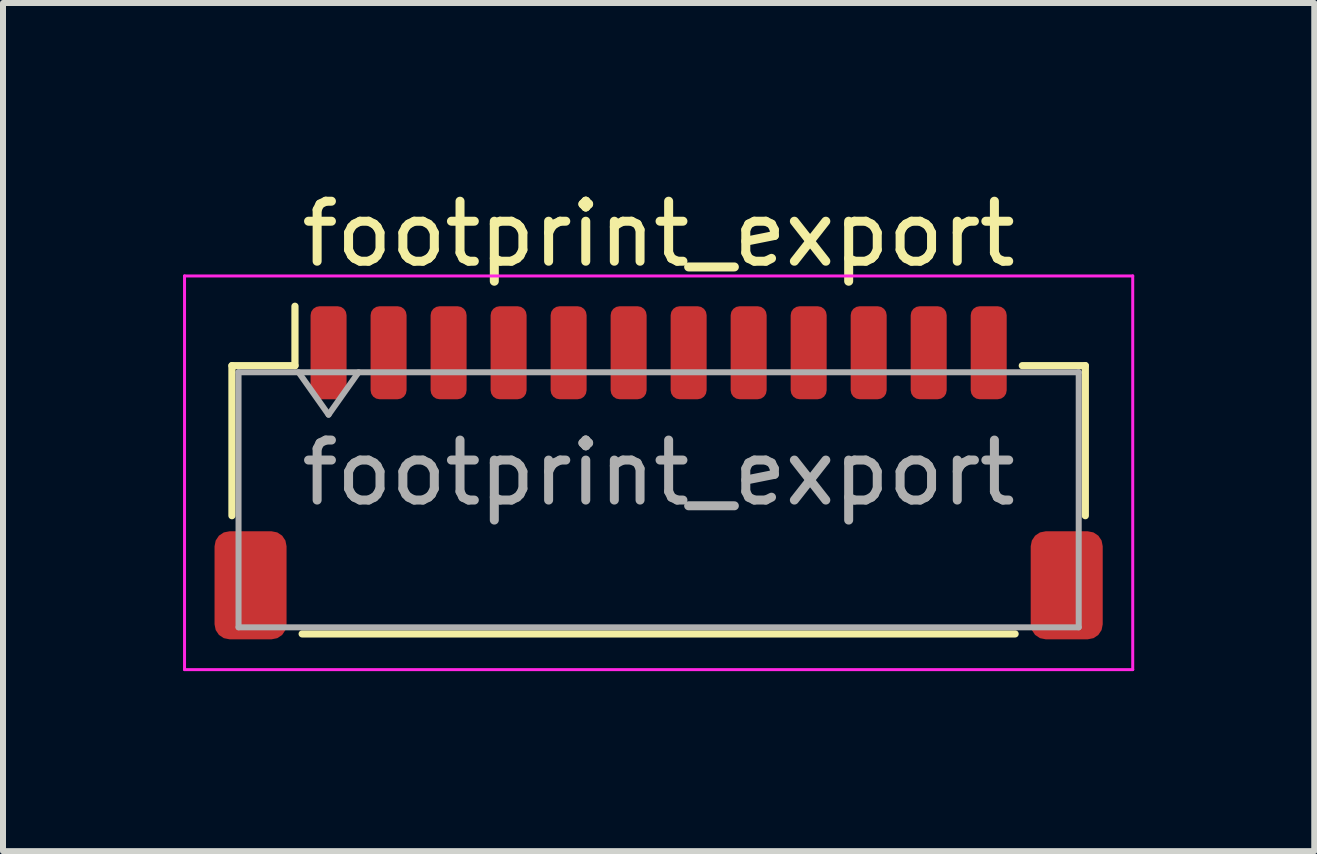
<source format=kicad_pcb>
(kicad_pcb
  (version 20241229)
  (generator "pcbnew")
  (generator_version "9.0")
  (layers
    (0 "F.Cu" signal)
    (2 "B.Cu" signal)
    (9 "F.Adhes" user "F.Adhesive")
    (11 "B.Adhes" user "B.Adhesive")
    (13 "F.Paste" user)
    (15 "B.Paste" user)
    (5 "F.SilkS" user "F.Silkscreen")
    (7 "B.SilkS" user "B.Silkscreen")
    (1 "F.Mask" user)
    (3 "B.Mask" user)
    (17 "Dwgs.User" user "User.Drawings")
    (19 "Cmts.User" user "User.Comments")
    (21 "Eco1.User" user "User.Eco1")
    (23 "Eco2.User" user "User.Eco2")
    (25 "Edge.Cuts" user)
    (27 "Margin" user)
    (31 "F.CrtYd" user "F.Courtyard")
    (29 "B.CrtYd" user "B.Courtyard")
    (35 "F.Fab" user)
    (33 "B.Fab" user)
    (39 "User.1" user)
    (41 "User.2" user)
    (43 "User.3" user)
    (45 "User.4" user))
  (footprint "footprint_export"
    (layer "F.Cu")
    (at 7.925 4.828)
    (property "Reference" "footprint_export" (at 0 -3.98 0) (layer "F.SilkS") (effects (font (size 1 1) (thickness 0.15))))
    (attr smd)
    (fp_line (start -7.11 -1.785) (end -6.06 -1.785) (stroke (width 0.12) (type solid)) (layer "F.SilkS"))
    (fp_line (start -7.11 0.715) (end -7.11 -1.785) (stroke (width 0.12) (type solid)) (layer "F.SilkS"))
    (fp_line (start -6.06 -1.785) (end -6.06 -2.775) (stroke (width 0.12) (type solid)) (layer "F.SilkS"))
    (fp_line (start -5.94 2.685) (end 5.94 2.685) (stroke (width 0.12) (type solid)) (layer "F.SilkS"))
    (fp_line (start 7.11 -1.785) (end 6.06 -1.785) (stroke (width 0.12) (type solid)) (layer "F.SilkS"))
    (fp_line (start 7.11 0.715) (end 7.11 -1.785) (stroke (width 0.12) (type solid)) (layer "F.SilkS"))
    (fp_line (start -7.9 -3.28) (end -7.9 3.28) (stroke (width 0.05) (type solid)) (layer "F.CrtYd"))
    (fp_line (start -7.9 3.28) (end 7.9 3.28) (stroke (width 0.05) (type solid)) (layer "F.CrtYd"))
    (fp_line (start 7.9 -3.28) (end -7.9 -3.28) (stroke (width 0.05) (type solid)) (layer "F.CrtYd"))
    (fp_line (start 7.9 3.28) (end 7.9 -3.28) (stroke (width 0.05) (type solid)) (layer "F.CrtYd"))
    (fp_line (start -7 -1.675) (end -7 2.575) (stroke (width 0.1) (type solid)) (layer "F.Fab"))
    (fp_line (start -7 -1.675) (end 7 -1.675) (stroke (width 0.1) (type solid)) (layer "F.Fab"))
    (fp_line (start -7 2.575) (end 7 2.575) (stroke (width 0.1) (type solid)) (layer "F.Fab"))
    (fp_line (start -6 -1.675) (end -5.5 -0.968) (stroke (width 0.1) (type solid)) (layer "F.Fab"))
    (fp_line (start -5.5 -0.968) (end -5 -1.675) (stroke (width 0.1) (type solid)) (layer "F.Fab"))
    (fp_line (start 7 -1.675) (end 7 2.575) (stroke (width 0.1) (type solid)) (layer "F.Fab"))
    (fp_text user "${REFERENCE}" (at 0 0 0) (layer "F.Fab") (effects (font (size 1 1) (thickness 0.15))))
    (pad "1" smd roundrect (at -5.5 -2) (size 0.6 1.55) (layers "F.Cu" "F.Mask" "F.Paste") (roundrect_rratio 0.25))
    (pad "2" smd roundrect (at -4.5 -2) (size 0.6 1.55) (layers "F.Cu" "F.Mask" "F.Paste") (roundrect_rratio 0.25))
    (pad "3" smd roundrect (at -3.5 -2) (size 0.6 1.55) (layers "F.Cu" "F.Mask" "F.Paste") (roundrect_rratio 0.25))
    (pad "4" smd roundrect (at -2.5 -2) (size 0.6 1.55) (layers "F.Cu" "F.Mask" "F.Paste") (roundrect_rratio 0.25))
    (pad "5" smd roundrect (at -1.5 -2) (size 0.6 1.55) (layers "F.Cu" "F.Mask" "F.Paste") (roundrect_rratio 0.25))
    (pad "6" smd roundrect (at -0.5 -2) (size 0.6 1.55) (layers "F.Cu" "F.Mask" "F.Paste") (roundrect_rratio 0.25))
    (pad "7" smd roundrect (at 0.5 -2) (size 0.6 1.55) (layers "F.Cu" "F.Mask" "F.Paste") (roundrect_rratio 0.25))
    (pad "8" smd roundrect (at 1.5 -2) (size 0.6 1.55) (layers "F.Cu" "F.Mask" "F.Paste") (roundrect_rratio 0.25))
    (pad "9" smd roundrect (at 2.5 -2) (size 0.6 1.55) (layers "F.Cu" "F.Mask" "F.Paste") (roundrect_rratio 0.25))
    (pad "10" smd roundrect (at 3.5 -2) (size 0.6 1.55) (layers "F.Cu" "F.Mask" "F.Paste") (roundrect_rratio 0.25))
    (pad "11" smd roundrect (at 4.5 -2) (size 0.6 1.55) (layers "F.Cu" "F.Mask" "F.Paste") (roundrect_rratio 0.25))
    (pad "12" smd roundrect (at 5.5 -2) (size 0.6 1.55) (layers "F.Cu" "F.Mask" "F.Paste") (roundrect_rratio 0.25))
    (pad "MP" smd roundrect (at -6.8 1.875) (size 1.2 1.8) (layers "F.Cu" "F.Mask" "F.Paste") (roundrect_rratio 0.208))
    (pad "MP" smd roundrect (at 6.8 1.875) (size 1.2 1.8) (layers "F.Cu" "F.Mask" "F.Paste") (roundrect_rratio 0.208)))
  (gr_rect
    (start -3 -3)
    (end 18.85 11.133)
    (stroke (width 0.1) (type default))
    (fill no)
    (layer "Edge.Cuts")))
</source>
